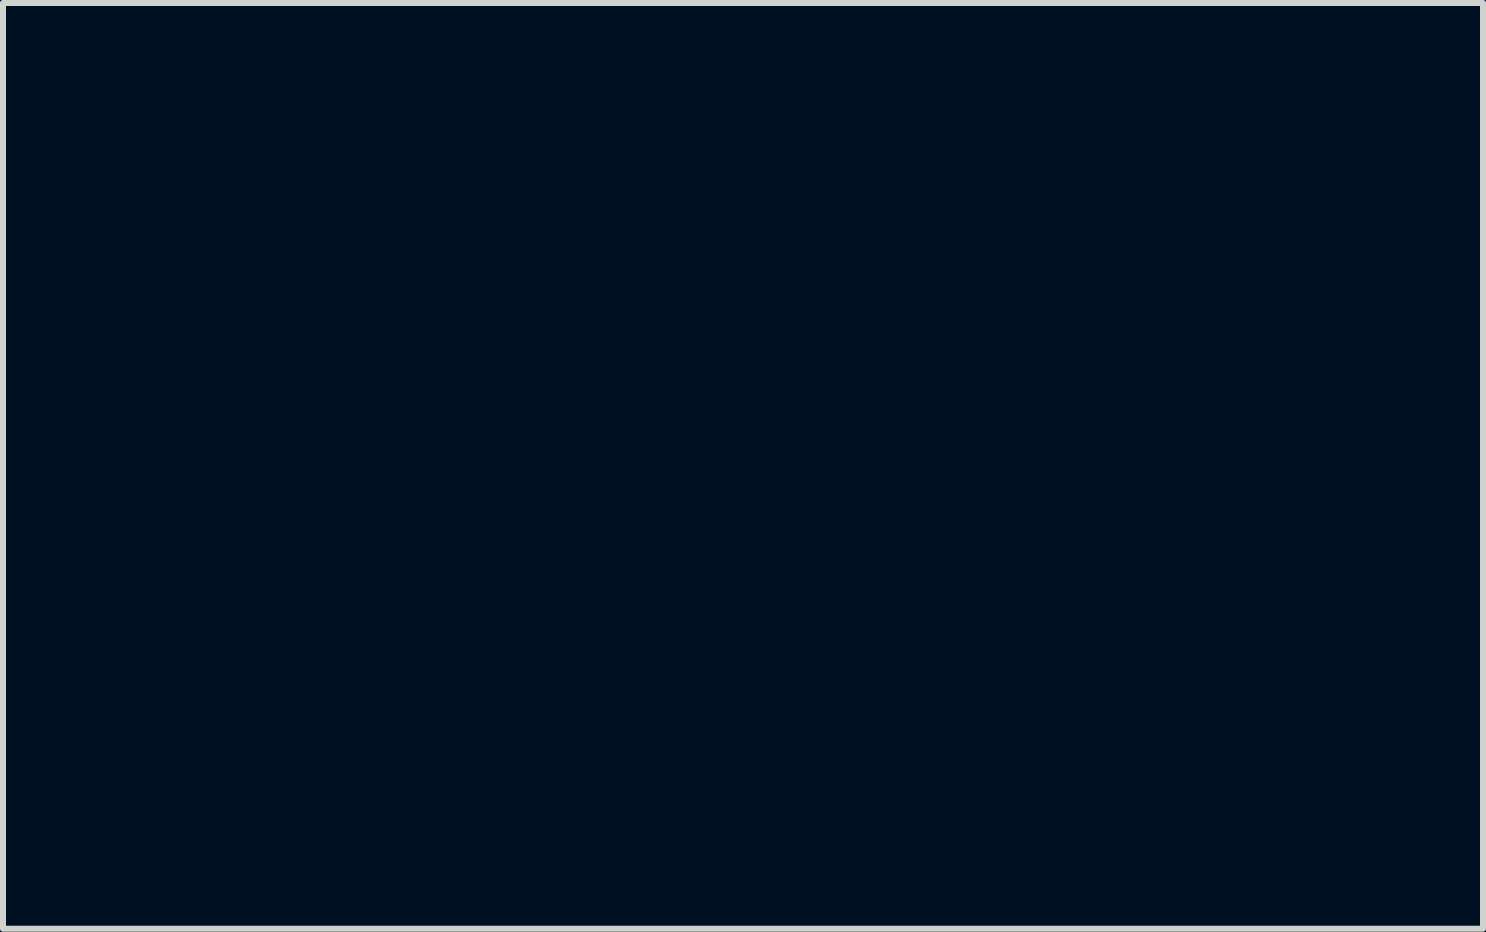
<source format=kicad_pcb>
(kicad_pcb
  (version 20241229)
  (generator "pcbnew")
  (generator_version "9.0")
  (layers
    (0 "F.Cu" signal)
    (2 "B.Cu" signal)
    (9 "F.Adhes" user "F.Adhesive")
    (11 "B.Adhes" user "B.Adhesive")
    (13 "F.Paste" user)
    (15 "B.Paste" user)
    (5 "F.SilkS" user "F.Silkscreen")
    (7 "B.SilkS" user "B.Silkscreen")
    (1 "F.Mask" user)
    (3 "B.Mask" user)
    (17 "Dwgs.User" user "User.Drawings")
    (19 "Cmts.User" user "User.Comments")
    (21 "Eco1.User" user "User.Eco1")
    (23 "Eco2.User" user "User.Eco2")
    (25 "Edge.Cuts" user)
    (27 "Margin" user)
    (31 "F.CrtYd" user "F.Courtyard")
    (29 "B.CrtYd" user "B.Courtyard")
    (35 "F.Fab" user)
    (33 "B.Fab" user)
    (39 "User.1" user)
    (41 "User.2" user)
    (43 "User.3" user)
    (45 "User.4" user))
  (footprint "skin_popn_stars"
    (layer "F.Cu")
    (at 9.333 6.498)
    (property "Reference" "skin_popn_stars" (at 0 -5.08 0) (layer "F.Mask") (effects (font (size 1.524 1.524) (thickness 0.3))))
    (attr through_hole)
    (fp_poly (pts (xy 0.696 -3.774) (xy 0.703 -3.772) (xy 0.711 -3.77) (xy 0.719 -3.766) (xy 0.738 -3.755) (xy 0.76 -3.74) (xy 0.785 -3.72) (xy 0.814 -3.696) (xy 0.847 -3.666) (xy 0.884 -3.631) (xy 0.925 -3.59) (xy 1.024 -3.492) (xy 1.303 -3.21) (xy 1.675 -3.273) (xy 1.751 -3.285) (xy 1.823 -3.296) (xy 1.889 -3.306) (xy 1.949 -3.314) (xy 2 -3.32) (xy 2.041 -3.324) (xy 2.057 -3.325) (xy 2.07 -3.325) (xy 2.08 -3.325) (xy 2.086 -3.324) (xy 2.1 -3.32) (xy 2.111 -3.315) (xy 2.12 -3.309) (xy 2.123 -3.305) (xy 2.126 -3.3) (xy 2.128 -3.295) (xy 2.13 -3.29) (xy 2.13 -3.276) (xy 2.128 -3.26) (xy 2.123 -3.239) (xy 2.115 -3.215) (xy 2.104 -3.187) (xy 2.089 -3.153) (xy 2.071 -3.115) (xy 2.024 -3.02) (xy 1.961 -2.899) (xy 1.776 -2.548) (xy 1.952 -2.208) (xy 1.988 -2.137) (xy 2.022 -2.071) (xy 2.051 -2.009) (xy 2.077 -1.955) (xy 2.097 -1.908) (xy 2.105 -1.888) (xy 2.112 -1.871) (xy 2.117 -1.856) (xy 2.121 -1.845) (xy 2.123 -1.836) (xy 2.123 -1.833) (xy 2.123 -1.83) (xy 2.121 -1.817) (xy 2.118 -1.805) (xy 2.113 -1.796) (xy 2.106 -1.788) (xy 2.096 -1.781) (xy 2.083 -1.777) (xy 2.067 -1.774) (xy 2.047 -1.773) (xy 2.022 -1.773) (xy 1.992 -1.776) (xy 1.956 -1.78) (xy 1.914 -1.785) (xy 1.81 -1.802) (xy 1.675 -1.825) (xy 1.291 -1.892) (xy 1.012 -1.606) (xy 0.955 -1.549) (xy 0.902 -1.496) (xy 0.852 -1.448) (xy 0.808 -1.406) (xy 0.771 -1.371) (xy 0.741 -1.345) (xy 0.73 -1.335) (xy 0.721 -1.328) (xy 0.714 -1.324) (xy 0.712 -1.323) (xy 0.71 -1.322) (xy 0.698 -1.323) (xy 0.688 -1.325) (xy 0.678 -1.329) (xy 0.669 -1.335) (xy 0.661 -1.344) (xy 0.653 -1.356) (xy 0.646 -1.372) (xy 0.638 -1.392) (xy 0.632 -1.416) (xy 0.625 -1.446) (xy 0.61 -1.522) (xy 0.594 -1.623) (xy 0.575 -1.753) (xy 0.536 -2.028) (xy 0.523 -2.112) (xy 0.519 -2.136) (xy 0.517 -2.142) (xy 0.516 -2.144) (xy 0.409 -2.199) (xy 0.155 -2.326) (xy -0.000368 -2.403) (xy -0.061 -2.435) (xy -0.111 -2.462) (xy -0.15 -2.487) (xy -0.165 -2.499) (xy -0.177 -2.51) (xy -0.187 -2.52) (xy -0.194 -2.53) (xy -0.198 -2.541) (xy -0.199 -2.551) (xy -0.199 -2.553) (xy 0.054 -2.553) (xy 0.336 -2.414) (xy 0.394 -2.386) (xy 0.448 -2.358) (xy 0.499 -2.331) (xy 0.544 -2.307) (xy 0.582 -2.285) (xy 0.613 -2.267) (xy 0.625 -2.259) (xy 0.634 -2.252) (xy 0.641 -2.247) (xy 0.645 -2.243) (xy 0.648 -2.238) (xy 0.652 -2.23) (xy 0.66 -2.208) (xy 0.668 -2.177) (xy 0.676 -2.138) (xy 0.686 -2.09) (xy 0.695 -2.034) (xy 0.705 -1.969) (xy 0.716 -1.897) (xy 0.724 -1.835) (xy 0.733 -1.777) (xy 0.741 -1.724) (xy 0.749 -1.678) (xy 0.756 -1.64) (xy 0.761 -1.611) (xy 0.764 -1.601) (xy 0.766 -1.593) (xy 0.767 -1.588) (xy 0.768 -1.587) (xy 0.769 -1.587) (xy 0.771 -1.588) (xy 0.775 -1.591) (xy 0.788 -1.604) (xy 0.808 -1.623) (xy 0.834 -1.649) (xy 0.9 -1.717) (xy 0.938 -1.757) (xy 0.978 -1.8) (xy 1.06 -1.885) (xy 1.097 -1.923) (xy 1.131 -1.957) (xy 1.161 -1.987) (xy 1.186 -2.011) (xy 1.196 -2.02) (xy 1.205 -2.028) (xy 1.212 -2.033) (xy 1.217 -2.037) (xy 1.223 -2.04) (xy 1.23 -2.043) (xy 1.237 -2.046) (xy 1.246 -2.048) (xy 1.257 -2.049) (xy 1.269 -2.049) (xy 1.284 -2.049) (xy 1.301 -2.047) (xy 1.344 -2.043) (xy 1.401 -2.034) (xy 1.474 -2.022) (xy 1.566 -2.007) (xy 1.629 -1.995) (xy 1.688 -1.985) (xy 1.743 -1.977) (xy 1.79 -1.97) (xy 1.83 -1.964) (xy 1.86 -1.961) (xy 1.88 -1.959) (xy 1.886 -1.959) (xy 1.889 -1.959) (xy 1.889 -1.961) (xy 1.887 -1.967) (xy 1.88 -1.984) (xy 1.868 -2.011) (xy 1.852 -2.046) (xy 1.809 -2.135) (xy 1.755 -2.241) (xy 1.726 -2.297) (xy 1.699 -2.35) (xy 1.674 -2.399) (xy 1.653 -2.444) (xy 1.636 -2.482) (xy 1.623 -2.513) (xy 1.618 -2.525) (xy 1.615 -2.536) (xy 1.612 -2.543) (xy 1.612 -2.548) (xy 1.612 -2.553) (xy 1.615 -2.561) (xy 1.623 -2.583) (xy 1.636 -2.614) (xy 1.654 -2.652) (xy 1.675 -2.697) (xy 1.7 -2.746) (xy 1.727 -2.798) (xy 1.756 -2.853) (xy 1.785 -2.908) (xy 1.812 -2.96) (xy 1.835 -3.007) (xy 1.855 -3.048) (xy 1.871 -3.082) (xy 1.883 -3.109) (xy 1.887 -3.119) (xy 1.889 -3.126) (xy 1.891 -3.131) (xy 1.891 -3.133) (xy 1.89 -3.134) (xy 1.888 -3.135) (xy 1.883 -3.135) (xy 1.864 -3.135) (xy 1.836 -3.132) (xy 1.799 -3.128) (xy 1.706 -3.115) (xy 1.594 -3.097) (xy 1.479 -3.079) (xy 1.38 -3.065) (xy 1.308 -3.055) (xy 1.284 -3.052) (xy 1.271 -3.051) (xy 1.266 -3.052) (xy 1.259 -3.055) (xy 1.251 -3.06) (xy 1.24 -3.067) (xy 1.214 -3.087) (xy 1.182 -3.114) (xy 1.144 -3.148) (xy 1.102 -3.188) (xy 1.054 -3.233) (xy 1.003 -3.284) (xy 0.966 -3.321) (xy 0.932 -3.354) (xy 0.903 -3.383) (xy 0.877 -3.408) (xy 0.866 -3.419) (xy 0.855 -3.429) (xy 0.845 -3.438) (xy 0.836 -3.447) (xy 0.828 -3.454) (xy 0.82 -3.461) (xy 0.813 -3.467) (xy 0.806 -3.472) (xy 0.8 -3.476) (xy 0.795 -3.48) (xy 0.79 -3.483) (xy 0.788 -3.484) (xy 0.786 -3.486) (xy 0.784 -3.487) (xy 0.782 -3.487) (xy 0.78 -3.488) (xy 0.779 -3.489) (xy 0.777 -3.489) (xy 0.776 -3.489) (xy 0.774 -3.489) (xy 0.773 -3.489) (xy 0.772 -3.489) (xy 0.771 -3.489) (xy 0.77 -3.488) (xy 0.769 -3.488) (xy 0.768 -3.487) (xy 0.767 -3.486) (xy 0.766 -3.485) (xy 0.766 -3.484) (xy 0.765 -3.483) (xy 0.764 -3.482) (xy 0.763 -3.479) (xy 0.762 -3.476) (xy 0.762 -3.472) (xy 0.755 -3.436) (xy 0.744 -3.368) (xy 0.73 -3.277) (xy 0.716 -3.174) (xy 0.708 -3.122) (xy 0.7 -3.072) (xy 0.693 -3.025) (xy 0.685 -2.982) (xy 0.678 -2.945) (xy 0.672 -2.915) (xy 0.667 -2.893) (xy 0.665 -2.885) (xy 0.663 -2.88) (xy 0.66 -2.874) (xy 0.655 -2.868) (xy 0.648 -2.862) (xy 0.638 -2.854) (xy 0.613 -2.837) (xy 0.579 -2.816) (xy 0.536 -2.792) (xy 0.484 -2.764) (xy 0.422 -2.733) (xy 0.351 -2.698) (xy 0.054 -2.553) (xy -0.199 -2.553) (xy -0.198 -2.561) (xy -0.193 -2.571) (xy -0.186 -2.581) (xy -0.176 -2.592) (xy -0.164 -2.603) (xy -0.148 -2.615) (xy -0.109 -2.64) (xy -0.058 -2.668) (xy 0.003 -2.7) (xy 0.16 -2.779) (xy 0.209 -2.804) (xy 0.254 -2.827) (xy 0.294 -2.849) (xy 0.331 -2.868) (xy 0.364 -2.886) (xy 0.393 -2.902) (xy 0.419 -2.917) (xy 0.441 -2.93) (xy 0.461 -2.942) (xy 0.477 -2.953) (xy 0.491 -2.963) (xy 0.497 -2.967) (xy 0.502 -2.971) (xy 0.507 -2.976) (xy 0.511 -2.98) (xy 0.515 -2.983) (xy 0.518 -2.987) (xy 0.52 -2.99) (xy 0.522 -2.994) (xy 0.524 -2.997) (xy 0.525 -3) (xy 0.529 -3.015) (xy 0.534 -3.042) (xy 0.548 -3.125) (xy 0.565 -3.238) (xy 0.583 -3.368) (xy 0.593 -3.435) (xy 0.602 -3.498) (xy 0.611 -3.557) (xy 0.62 -3.611) (xy 0.628 -3.657) (xy 0.635 -3.694) (xy 0.641 -3.72) (xy 0.643 -3.729) (xy 0.645 -3.735) (xy 0.652 -3.749) (xy 0.66 -3.761) (xy 0.664 -3.765) (xy 0.668 -3.769) (xy 0.673 -3.772) (xy 0.678 -3.774) (xy 0.684 -3.775) (xy 0.69 -3.775)) (stroke (width 0.01) (type solid)) (fill yes) (layer "F.Mask"))
    (fp_poly (pts (xy -1.727 -3.526) (xy -1.723 -3.526) (xy -1.72 -3.525) (xy -1.717 -3.524) (xy -1.714 -3.523) (xy -1.711 -3.522) (xy -1.708 -3.521) (xy -1.705 -3.519) (xy -1.702 -3.517) (xy -1.698 -3.515) (xy -1.695 -3.512) (xy -1.692 -3.51) (xy -1.689 -3.507) (xy -1.686 -3.504) (xy -1.683 -3.501) (xy -1.68 -3.497) (xy -1.67 -3.478) (xy -1.652 -3.435) (xy -1.595 -3.29) (xy -1.518 -3.084) (xy -1.429 -2.837) (xy -1.203 -2.211) (xy -0.549 -2.038) (xy -0.292 -1.97) (xy -0.079 -1.911) (xy 0.005 -1.888) (xy 0.07 -1.869) (xy 0.112 -1.855) (xy 0.124 -1.851) (xy 0.13 -1.848) (xy 0.141 -1.838) (xy 0.148 -1.828) (xy 0.153 -1.817) (xy 0.153 -1.805) (xy 0.149 -1.791) (xy 0.139 -1.775) (xy 0.123 -1.756) (xy 0.102 -1.733) (xy 0.073 -1.705) (xy 0.036 -1.673) (xy -0.061 -1.593) (xy -0.196 -1.486) (xy -0.373 -1.349) (xy -0.918 -0.925) (xy -0.921 -0.921) (xy -0.923 -0.914) (xy -0.927 -0.887) (xy -0.928 -0.843) (xy -0.928 -0.777) (xy -0.919 -0.567) (xy -0.902 -0.23) (xy -0.894 -0.104) (xy -0.888 0.007) (xy -0.883 0.103) (xy -0.879 0.187) (xy -0.877 0.224) (xy -0.876 0.258) (xy -0.875 0.29) (xy -0.874 0.318) (xy -0.874 0.345) (xy -0.874 0.368) (xy -0.875 0.39) (xy -0.875 0.409) (xy -0.876 0.426) (xy -0.878 0.441) (xy -0.88 0.454) (xy -0.881 0.46) (xy -0.882 0.466) (xy -0.883 0.471) (xy -0.884 0.475) (xy -0.886 0.48) (xy -0.887 0.484) (xy -0.889 0.487) (xy -0.891 0.491) (xy -0.892 0.494) (xy -0.894 0.497) (xy -0.896 0.499) (xy -0.899 0.501) (xy -0.901 0.503) (xy -0.903 0.505) (xy -0.905 0.506) (xy -0.908 0.508) (xy -0.911 0.509) (xy -0.913 0.51) (xy -0.916 0.51) (xy -0.919 0.511) (xy -0.925 0.512) (xy -0.932 0.512) (xy -0.939 0.512) (xy -0.943 0.511) (xy -0.951 0.508) (xy -0.974 0.496) (xy -1.007 0.477) (xy -1.048 0.452) (xy -1.096 0.422) (xy -1.149 0.387) (xy -1.208 0.349) (xy -1.269 0.308) (xy -1.523 0.134) (xy -1.627 0.063) (xy -1.719 0.001) (xy -1.797 -0.052) (xy -1.865 -0.097) (xy -1.922 -0.134) (xy -1.969 -0.165) (xy -1.989 -0.178) (xy -2.008 -0.189) (xy -2.025 -0.199) (xy -2.039 -0.208) (xy -2.053 -0.215) (xy -2.065 -0.221) (xy -2.075 -0.227) (xy -2.084 -0.231) (xy -2.092 -0.234) (xy -2.1 -0.236) (xy -2.106 -0.238) (xy -2.112 -0.239) (xy -2.117 -0.239) (xy -2.121 -0.239) (xy -2.125 -0.238) (xy -2.13 -0.237) (xy -2.329 -0.162) (xy -2.756 0.002) (xy -2.987 0.091) (xy -3.18 0.163) (xy -3.257 0.191) (xy -3.316 0.212) (xy -3.356 0.225) (xy -3.369 0.229) (xy -3.375 0.23) (xy -3.378 0.23) (xy -3.382 0.23) (xy -3.386 0.229) (xy -3.389 0.228) (xy -3.393 0.228) (xy -3.396 0.227) (xy -3.399 0.225) (xy -3.402 0.224) (xy -3.406 0.223) (xy -3.409 0.221) (xy -3.412 0.219) (xy -3.415 0.217) (xy -3.418 0.215) (xy -3.42 0.213) (xy -3.423 0.211) (xy -3.426 0.208) (xy -3.428 0.206) (xy -3.43 0.203) (xy -3.432 0.2) (xy -3.434 0.198) (xy -3.436 0.195) (xy -3.438 0.192) (xy -3.44 0.188) (xy -3.441 0.185) (xy -3.443 0.182) (xy -3.444 0.179) (xy -3.445 0.175) (xy -3.446 0.172) (xy -3.446 0.168) (xy -3.447 0.165) (xy -3.447 0.161) (xy -3.447 0.158) (xy -3.443 0.139) (xy -3.433 0.096) (xy -3.393 -0.05) (xy -3.334 -0.26) (xy -3.262 -0.511) (xy -3.075 -1.149) (xy -3.117 -1.204) (xy -3.263 -1.384) (xy -3.551 -1.737) (xy -3.629 -1.833) (xy -3.702 -1.924) (xy -3.768 -2.007) (xy -3.826 -2.082) (xy -3.874 -2.145) (xy -3.885 -2.16) (xy -3.692 -2.16) (xy -3.331 -1.719) (xy -3.257 -1.63) (xy -3.188 -1.544) (xy -3.123 -1.463) (xy -3.066 -1.391) (xy -3.017 -1.328) (xy -2.979 -1.277) (xy -2.952 -1.241) (xy -2.944 -1.228) (xy -2.939 -1.22) (xy -2.928 -1.197) (xy -2.925 -1.185) (xy -2.922 -1.172) (xy -2.922 -1.155) (xy -2.924 -1.135) (xy -2.934 -1.077) (xy -2.957 -0.987) (xy -2.994 -0.855) (xy -3.119 -0.428) (xy -3.169 -0.255) (xy -3.209 -0.113) (xy -3.235 -0.017) (xy -3.241 0.009) (xy -3.242 0.016) (xy -3.243 0.018) (xy -3.078 -0.044) (xy -2.692 -0.193) (xy -2.582 -0.236) (xy -2.476 -0.276) (xy -2.378 -0.312) (xy -2.291 -0.343) (xy -2.216 -0.369) (xy -2.156 -0.388) (xy -2.113 -0.401) (xy -2.099 -0.404) (xy -2.091 -0.405) (xy -2.081 -0.404) (xy -2.07 -0.402) (xy -2.056 -0.397) (xy -2.04 -0.39) (xy -1.999 -0.369) (xy -1.944 -0.337) (xy -1.873 -0.293) (xy -1.784 -0.234) (xy -1.673 -0.16) (xy -1.539 -0.068) (xy -1.346 0.061) (xy -1.188 0.167) (xy -1.126 0.207) (xy -1.079 0.237) (xy -1.049 0.256) (xy -1.041 0.261) (xy -1.038 0.262) (xy -1.037 0.248) (xy -1.038 0.213) (xy -1.044 0.084) (xy -1.066 -0.334) (xy -1.091 -0.761) (xy -1.098 -0.897) (xy -1.101 -0.955) (xy -1.099 -0.96) (xy -1.092 -0.969) (xy -1.066 -0.995) (xy -1.023 -1.032) (xy -0.966 -1.081) (xy -0.81 -1.208) (xy -0.607 -1.368) (xy -0.416 -1.517) (xy -0.26 -1.639) (xy -0.155 -1.723) (xy -0.126 -1.746) (xy -0.119 -1.752) (xy -0.117 -1.754) (xy -0.164 -1.769) (xy -0.289 -1.803) (xy -0.695 -1.911) (xy -0.865 -1.957) (xy -0.936 -1.976) (xy -0.999 -1.993) (xy -1.054 -2.009) (xy -1.102 -2.022) (xy -1.144 -2.035) (xy -1.179 -2.046) (xy -1.209 -2.056) (xy -1.233 -2.065) (xy -1.244 -2.069) (xy -1.254 -2.073) (xy -1.263 -2.077) (xy -1.271 -2.081) (xy -1.278 -2.085) (xy -1.285 -2.089) (xy -1.291 -2.093) (xy -1.296 -2.097) (xy -1.301 -2.101) (xy -1.305 -2.104) (xy -1.309 -2.108) (xy -1.313 -2.112) (xy -1.319 -2.12) (xy -1.326 -2.132) (xy -1.344 -2.168) (xy -1.367 -2.219) (xy -1.394 -2.286) (xy -1.426 -2.367) (xy -1.463 -2.464) (xy -1.551 -2.703) (xy -1.59 -2.812) (xy -1.627 -2.914) (xy -1.661 -3.006) (xy -1.691 -3.086) (xy -1.716 -3.152) (xy -1.736 -3.202) (xy -1.75 -3.234) (xy -1.754 -3.242) (xy -1.756 -3.245) (xy -1.764 -3.235) (xy -1.783 -3.208) (xy -1.849 -3.109) (xy -1.945 -2.962) (xy -2.061 -2.783) (xy -2.122 -2.688) (xy -2.181 -2.598) (xy -2.237 -2.514) (xy -2.288 -2.439) (xy -2.332 -2.374) (xy -2.37 -2.322) (xy -2.398 -2.285) (xy -2.408 -2.272) (xy -2.415 -2.264) (xy -2.437 -2.243) (xy -2.448 -2.235) (xy -2.462 -2.228) (xy -2.479 -2.221) (xy -2.501 -2.216) (xy -2.567 -2.206) (xy -2.67 -2.199) (xy -2.822 -2.191) (xy -3.318 -2.172) (xy -3.692 -2.16) (xy -3.885 -2.16) (xy -3.91 -2.194) (xy -3.923 -2.213) (xy -3.933 -2.227) (xy -3.939 -2.238) (xy -3.941 -2.241) (xy -3.941 -2.243) (xy -3.94 -2.256) (xy -3.938 -2.267) (xy -3.932 -2.277) (xy -3.924 -2.286) (xy -3.912 -2.293) (xy -3.896 -2.3) (xy -3.875 -2.306) (xy -3.849 -2.311) (xy -3.816 -2.316) (xy -3.778 -2.32) (xy -3.678 -2.326) (xy -3.546 -2.331) (xy -3.377 -2.335) (xy -2.979 -2.346) (xy -2.815 -2.352) (xy -2.705 -2.358) (xy -2.519 -2.368) (xy -2.167 -2.917) (xy -2.028 -3.132) (xy -1.91 -3.313) (xy -1.862 -3.385) (xy -1.824 -3.441) (xy -1.797 -3.478) (xy -1.789 -3.49) (xy -1.784 -3.495) (xy -1.78 -3.499) (xy -1.777 -3.503) (xy -1.773 -3.506) (xy -1.77 -3.509) (xy -1.766 -3.511) (xy -1.763 -3.514) (xy -1.759 -3.516) (xy -1.756 -3.518) (xy -1.753 -3.52) (xy -1.749 -3.522) (xy -1.746 -3.523) (xy -1.743 -3.524) (xy -1.739 -3.525) (xy -1.736 -3.525) (xy -1.733 -3.526) (xy -1.73 -3.526)) (stroke (width 0.01) (type solid)) (fill yes) (layer "F.Mask"))
    (fp_poly (pts (xy 1.641 -1.48) (xy 1.644 -1.48) (xy 1.647 -1.48) (xy 1.65 -1.479) (xy 1.652 -1.478) (xy 1.655 -1.477) (xy 1.658 -1.476) (xy 1.661 -1.475) (xy 1.663 -1.473) (xy 1.666 -1.472) (xy 1.669 -1.47) (xy 1.672 -1.468) (xy 1.675 -1.465) (xy 1.678 -1.463) (xy 1.681 -1.46) (xy 1.683 -1.457) (xy 1.689 -1.451) (xy 1.702 -1.432) (xy 1.726 -1.391) (xy 1.806 -1.25) (xy 1.916 -1.05) (xy 2.046 -0.811) (xy 2.175 -0.573) (xy 2.283 -0.376) (xy 2.358 -0.241) (xy 2.38 -0.203) (xy 2.39 -0.188) (xy 2.407 -0.183) (xy 2.451 -0.176) (xy 2.607 -0.154) (xy 2.834 -0.127) (xy 3.109 -0.096) (xy 3.384 -0.065) (xy 3.614 -0.038) (xy 3.775 -0.018) (xy 3.821 -0.012) (xy 3.841 -0.008) (xy 3.845 -0.007) (xy 3.849 -0.005) (xy 3.852 -0.003) (xy 3.856 -0.000286) (xy 3.859 0.002) (xy 3.862 0.005) (xy 3.865 0.008) (xy 3.867 0.011) (xy 3.87 0.014) (xy 3.872 0.018) (xy 3.874 0.021) (xy 3.876 0.025) (xy 3.878 0.028) (xy 3.879 0.032) (xy 3.881 0.036) (xy 3.882 0.04) (xy 3.883 0.044) (xy 3.883 0.048) (xy 3.884 0.052) (xy 3.884 0.056) (xy 3.884 0.061) (xy 3.884 0.065) (xy 3.884 0.069) (xy 3.883 0.073) (xy 3.882 0.077) (xy 3.881 0.081) (xy 3.88 0.085) (xy 3.878 0.089) (xy 3.876 0.092) (xy 3.874 0.096) (xy 3.872 0.1) (xy 3.869 0.103) (xy 3.823 0.154) (xy 3.714 0.27) (xy 3.37 0.632) (xy 3.185 0.828) (xy 3.104 0.916) (xy 3.033 0.993) (xy 2.974 1.058) (xy 2.929 1.108) (xy 2.9 1.142) (xy 2.892 1.153) (xy 2.889 1.158) (xy 2.89 1.177) (xy 2.898 1.223) (xy 2.927 1.38) (xy 2.972 1.608) (xy 3.028 1.881) (xy 3.055 2.009) (xy 3.078 2.121) (xy 3.098 2.219) (xy 3.115 2.304) (xy 3.122 2.342) (xy 3.129 2.376) (xy 3.135 2.408) (xy 3.14 2.437) (xy 3.144 2.464) (xy 3.148 2.488) (xy 3.15 2.51) (xy 3.153 2.529) (xy 3.154 2.547) (xy 3.155 2.562) (xy 3.155 2.576) (xy 3.155 2.582) (xy 3.155 2.588) (xy 3.154 2.593) (xy 3.154 2.598) (xy 3.153 2.603) (xy 3.152 2.607) (xy 3.151 2.611) (xy 3.15 2.614) (xy 3.148 2.618) (xy 3.147 2.621) (xy 3.145 2.623) (xy 3.143 2.626) (xy 3.142 2.628) (xy 3.139 2.63) (xy 3.137 2.632) (xy 3.135 2.634) (xy 3.132 2.635) (xy 3.13 2.636) (xy 3.127 2.638) (xy 3.124 2.639) (xy 3.118 2.64) (xy 3.111 2.642) (xy 3.104 2.643) (xy 3.097 2.642) (xy 3.085 2.639) (xy 3.045 2.624) (xy 2.986 2.599) (xy 2.911 2.566) (xy 2.722 2.48) (xy 2.497 2.373) (xy 2.068 2.168) (xy 1.918 2.098) (xy 1.841 2.063) (xy 1.76 2.026) (xy 1.158 2.371) (xy 0.922 2.507) (xy 0.721 2.622) (xy 0.578 2.702) (xy 0.513 2.738) (xy 0.506 2.741) (xy 0.499 2.744) (xy 0.493 2.746) (xy 0.491 2.747) (xy 0.488 2.748) (xy 0.485 2.748) (xy 0.483 2.749) (xy 0.48 2.749) (xy 0.478 2.749) (xy 0.476 2.75) (xy 0.474 2.749) (xy 0.471 2.749) (xy 0.469 2.749) (xy 0.467 2.749) (xy 0.465 2.748) (xy 0.463 2.747) (xy 0.461 2.746) (xy 0.459 2.745) (xy 0.457 2.744) (xy 0.454 2.743) (xy 0.452 2.741) (xy 0.45 2.74) (xy 0.448 2.738) (xy 0.446 2.736) (xy 0.443 2.734) (xy 0.439 2.729) (xy 0.433 2.724) (xy 0.423 2.711) (xy 0.419 2.703) (xy 0.416 2.692) (xy 0.414 2.678) (xy 0.413 2.658) (xy 0.416 2.602) (xy 0.425 2.513) (xy 0.441 2.384) (xy 0.495 1.971) (xy 0.533 1.69) (xy 0.562 1.457) (xy 0.572 1.366) (xy 0.58 1.297) (xy 0.583 1.252) (xy 0.584 1.239) (xy 0.583 1.234) (xy 0.536 1.189) (xy 0.418 1.079) (xy 0.035 0.731) (xy -0.073 0.633) (xy -0.173 0.541) (xy -0.264 0.456) (xy -0.344 0.382) (xy -0.409 0.319) (xy -0.459 0.27) (xy -0.464 0.265) (xy -0.208 0.265) (xy -0.207 0.27) (xy -0.203 0.278) (xy -0.195 0.289) (xy -0.168 0.32) (xy -0.124 0.365) (xy -0.062 0.425) (xy 0.02 0.502) (xy 0.25 0.711) (xy 0.358 0.81) (xy 0.454 0.898) (xy 0.538 0.976) (xy 0.608 1.044) (xy 0.664 1.1) (xy 0.687 1.123) (xy 0.706 1.144) (xy 0.722 1.161) (xy 0.733 1.174) (xy 0.74 1.185) (xy 0.743 1.188) (xy 0.744 1.191) (xy 0.744 1.213) (xy 0.741 1.258) (xy 0.727 1.407) (xy 0.703 1.615) (xy 0.672 1.862) (xy 0.639 2.105) (xy 0.614 2.307) (xy 0.605 2.385) (xy 0.599 2.444) (xy 0.595 2.482) (xy 0.595 2.493) (xy 0.596 2.497) (xy 0.6 2.496) (xy 0.609 2.492) (xy 0.644 2.474) (xy 0.769 2.407) (xy 0.952 2.305) (xy 1.174 2.179) (xy 1.397 2.052) (xy 1.582 1.948) (xy 1.655 1.909) (xy 1.712 1.878) (xy 1.749 1.859) (xy 1.76 1.854) (xy 1.765 1.853) (xy 1.768 1.853) (xy 1.773 1.855) (xy 1.787 1.86) (xy 1.808 1.868) (xy 1.834 1.879) (xy 1.864 1.893) (xy 1.897 1.908) (xy 1.933 1.925) (xy 1.97 1.943) (xy 2.313 2.109) (xy 2.634 2.261) (xy 2.872 2.371) (xy 2.942 2.401) (xy 2.961 2.408) (xy 2.968 2.41) (xy 2.967 2.396) (xy 2.96 2.357) (xy 2.934 2.219) (xy 2.843 1.768) (xy 2.791 1.52) (xy 2.748 1.315) (xy 2.719 1.173) (xy 2.712 1.132) (xy 2.709 1.115) (xy 2.711 1.111) (xy 2.718 1.102) (xy 2.745 1.07) (xy 2.844 0.961) (xy 2.989 0.804) (xy 3.167 0.614) (xy 3.292 0.483) (xy 3.345 0.427) (xy 3.393 0.377) (xy 3.434 0.332) (xy 3.471 0.292) (xy 3.502 0.257) (xy 3.529 0.227) (xy 3.551 0.202) (xy 3.568 0.18) (xy 3.575 0.171) (xy 3.582 0.162) (xy 3.587 0.155) (xy 3.591 0.148) (xy 3.595 0.142) (xy 3.597 0.137) (xy 3.599 0.133) (xy 3.6 0.129) (xy 3.6 0.126) (xy 3.599 0.124) (xy 3.599 0.123) (xy 3.598 0.122) (xy 3.596 0.121) (xy 3.536 0.112) (xy 3.395 0.095) (xy 2.956 0.047) (xy 2.786 0.028) (xy 2.649 0.013) (xy 2.54 0) (xy 2.495 -0.006) (xy 2.456 -0.011) (xy 2.423 -0.016) (xy 2.394 -0.021) (xy 2.37 -0.026) (xy 2.35 -0.031) (xy 2.334 -0.036) (xy 2.321 -0.04) (xy 2.316 -0.043) (xy 2.311 -0.045) (xy 2.307 -0.048) (xy 2.303 -0.051) (xy 2.297 -0.057) (xy 2.288 -0.068) (xy 2.263 -0.104) (xy 2.23 -0.158) (xy 2.188 -0.229) (xy 2.084 -0.411) (xy 1.959 -0.64) (xy 1.899 -0.752) (xy 1.842 -0.856) (xy 1.744 -1.034) (xy 1.706 -1.102) (xy 1.676 -1.154) (xy 1.657 -1.187) (xy 1.651 -1.196) (xy 1.649 -1.199) (xy 1.641 -1.187) (xy 1.624 -1.153) (xy 1.564 -1.027) (xy 1.478 -0.842) (xy 1.375 -0.615) (xy 1.31 -0.47) (xy 1.253 -0.346) (xy 1.204 -0.243) (xy 1.164 -0.159) (xy 1.146 -0.124) (xy 1.13 -0.093) (xy 1.116 -0.067) (xy 1.103 -0.045) (xy 1.093 -0.027) (xy 1.083 -0.014) (xy 1.075 -0.004) (xy 1.072 -0.000196) (xy 1.068 0.002) (xy 1.061 0.007) (xy 1.049 0.012) (xy 1.014 0.023) (xy 0.961 0.037) (xy 0.891 0.053) (xy 0.697 0.092) (xy 0.425 0.142) (xy 0.19 0.185) (xy -0.007 0.222) (xy -0.146 0.248) (xy -0.187 0.257) (xy -0.205 0.262) (xy -0.207 0.263) (xy -0.208 0.265) (xy -0.464 0.265) (xy -0.477 0.252) (xy -0.49 0.237) (xy -0.499 0.228) (xy -0.501 0.225) (xy -0.501 0.223) (xy -0.501 0.211) (xy -0.498 0.199) (xy -0.493 0.189) (xy -0.484 0.18) (xy -0.471 0.17) (xy -0.453 0.161) (xy -0.428 0.152) (xy -0.396 0.142) (xy -0.307 0.12) (xy -0.18 0.093) (xy 0.22 0.018) (xy 0.711 -0.073) (xy 0.869 -0.102) (xy 0.938 -0.116) (xy 0.946 -0.119) (xy 0.955 -0.124) (xy 0.964 -0.133) (xy 0.974 -0.145) (xy 1 -0.188) (xy 1.037 -0.258) (xy 1.087 -0.364) (xy 1.155 -0.513) (xy 1.359 -0.969) (xy 1.402 -1.064) (xy 1.443 -1.153) (xy 1.48 -1.235) (xy 1.515 -1.307) (xy 1.544 -1.367) (xy 1.568 -1.414) (xy 1.578 -1.432) (xy 1.586 -1.446) (xy 1.592 -1.455) (xy 1.596 -1.46) (xy 1.599 -1.463) (xy 1.602 -1.465) (xy 1.606 -1.467) (xy 1.609 -1.47) (xy 1.612 -1.471) (xy 1.615 -1.473) (xy 1.618 -1.475) (xy 1.621 -1.476) (xy 1.624 -1.477) (xy 1.627 -1.478) (xy 1.63 -1.479) (xy 1.633 -1.48) (xy 1.635 -1.48) (xy 1.638 -1.48)) (stroke (width 0.01) (type solid)) (fill yes) (layer "F.Mask"))
    (fp_poly (pts (xy -2.076 0.531) (xy -2.069 0.534) (xy -2.045 0.547) (xy -2.01 0.567) (xy -1.966 0.593) (xy -1.856 0.662) (xy -1.726 0.747) (xy -1.394 0.964) (xy -1.025 0.814) (xy -0.957 0.786) (xy -0.896 0.762) (xy -0.843 0.741) (xy -0.819 0.732) (xy -0.797 0.724) (xy -0.776 0.716) (xy -0.756 0.709) (xy -0.739 0.703) (xy -0.722 0.698) (xy -0.707 0.694) (xy -0.693 0.69) (xy -0.68 0.687) (xy -0.669 0.685) (xy -0.659 0.683) (xy -0.649 0.682) (xy -0.641 0.682) (xy -0.637 0.682) (xy -0.633 0.683) (xy -0.63 0.683) (xy -0.627 0.684) (xy -0.624 0.685) (xy -0.621 0.686) (xy -0.618 0.687) (xy -0.616 0.688) (xy -0.614 0.69) (xy -0.612 0.691) (xy -0.61 0.693) (xy -0.608 0.695) (xy -0.606 0.697) (xy -0.605 0.699) (xy -0.602 0.704) (xy -0.599 0.71) (xy -0.597 0.716) (xy -0.596 0.723) (xy -0.594 0.73) (xy -0.593 0.738) (xy -0.593 0.744) (xy -0.594 0.753) (xy -0.599 0.781) (xy -0.607 0.821) (xy -0.618 0.872) (xy -0.648 0.995) (xy -0.687 1.14) (xy -0.715 1.246) (xy -0.727 1.291) (xy -0.737 1.33) (xy -0.746 1.365) (xy -0.753 1.396) (xy -0.759 1.422) (xy -0.763 1.445) (xy -0.765 1.455) (xy -0.767 1.464) (xy -0.768 1.472) (xy -0.769 1.48) (xy -0.77 1.487) (xy -0.77 1.494) (xy -0.77 1.5) (xy -0.77 1.505) (xy -0.77 1.51) (xy -0.769 1.514) (xy -0.768 1.518) (xy -0.767 1.522) (xy -0.766 1.525) (xy -0.764 1.528) (xy -0.763 1.531) (xy -0.761 1.533) (xy -0.544 1.791) (xy -0.496 1.848) (xy -0.453 1.898) (xy -0.417 1.942) (xy -0.385 1.98) (xy -0.371 1.997) (xy -0.359 2.012) (xy -0.347 2.027) (xy -0.337 2.04) (xy -0.327 2.052) (xy -0.319 2.064) (xy -0.311 2.074) (xy -0.305 2.084) (xy -0.299 2.092) (xy -0.294 2.1) (xy -0.29 2.107) (xy -0.287 2.114) (xy -0.284 2.12) (xy -0.282 2.126) (xy -0.281 2.128) (xy -0.281 2.131) (xy -0.28 2.133) (xy -0.28 2.136) (xy -0.28 2.138) (xy -0.28 2.14) (xy -0.28 2.142) (xy -0.28 2.144) (xy -0.28 2.148) (xy -0.281 2.152) (xy -0.282 2.156) (xy -0.284 2.16) (xy -0.286 2.164) (xy -0.288 2.168) (xy -0.293 2.176) (xy -0.297 2.183) (xy -0.304 2.195) (xy -0.307 2.2) (xy -0.309 2.202) (xy -0.31 2.204) (xy -0.311 2.205) (xy -0.312 2.206) (xy -0.312 2.207) (xy -0.313 2.207) (xy -0.313 2.207) (xy -0.345 2.21) (xy -0.432 2.215) (xy -0.713 2.23) (xy -1.11 2.25) (xy -1.306 2.564) (xy -1.346 2.627) (xy -1.384 2.688) (xy -1.42 2.744) (xy -1.452 2.794) (xy -1.48 2.836) (xy -1.503 2.87) (xy -1.52 2.894) (xy -1.526 2.901) (xy -1.53 2.906) (xy -1.533 2.909) (xy -1.537 2.912) (xy -1.54 2.914) (xy -1.544 2.917) (xy -1.548 2.919) (xy -1.552 2.92) (xy -1.557 2.922) (xy -1.561 2.923) (xy -1.566 2.924) (xy -1.57 2.924) (xy -1.575 2.925) (xy -1.58 2.925) (xy -1.585 2.924) (xy -1.59 2.924) (xy -1.595 2.923) (xy -1.6 2.922) (xy -1.607 2.92) (xy -1.614 2.916) (xy -1.621 2.911) (xy -1.628 2.904) (xy -1.635 2.895) (xy -1.643 2.883) (xy -1.651 2.869) (xy -1.66 2.85) (xy -1.681 2.803) (xy -1.708 2.737) (xy -1.741 2.652) (xy -1.782 2.542) (xy -1.92 2.172) (xy -2.292 2.08) (xy -2.359 2.063) (xy -2.419 2.048) (xy -2.473 2.034) (xy -2.52 2.021) (xy -2.542 2.015) (xy -2.562 2.009) (xy -2.581 2.003) (xy -2.598 1.997) (xy -2.614 1.992) (xy -2.628 1.987) (xy -2.642 1.981) (xy -2.654 1.976) (xy -2.665 1.971) (xy -2.675 1.967) (xy -2.683 1.962) (xy -2.691 1.957) (xy -2.698 1.952) (xy -2.704 1.947) (xy -2.709 1.943) (xy -2.712 1.938) (xy -2.714 1.935) (xy -2.716 1.933) (xy -2.717 1.93) (xy -2.718 1.928) (xy -2.719 1.925) (xy -2.719 1.923) (xy -2.72 1.917) (xy -2.72 1.912) (xy -2.72 1.907) (xy -2.719 1.901) (xy -2.717 1.895) (xy -2.714 1.89) (xy -2.709 1.883) (xy -2.703 1.877) (xy -2.44 1.877) (xy -2.439 1.878) (xy -2.438 1.879) (xy -2.428 1.883) (xy -2.407 1.888) (xy -2.337 1.906) (xy -2.24 1.93) (xy -2.126 1.957) (xy -2.06 1.974) (xy -2 1.989) (xy -1.948 2.004) (xy -1.925 2.011) (xy -1.904 2.018) (xy -1.884 2.024) (xy -1.867 2.03) (xy -1.851 2.036) (xy -1.838 2.041) (xy -1.827 2.046) (xy -1.818 2.051) (xy -1.811 2.055) (xy -1.809 2.057) (xy -1.807 2.059) (xy -1.803 2.064) (xy -1.799 2.071) (xy -1.787 2.094) (xy -1.773 2.126) (xy -1.756 2.166) (xy -1.736 2.212) (xy -1.716 2.263) (xy -1.673 2.377) (xy -1.652 2.435) (xy -1.632 2.488) (xy -1.614 2.537) (xy -1.597 2.58) (xy -1.583 2.615) (xy -1.572 2.641) (xy -1.567 2.65) (xy -1.564 2.657) (xy -1.561 2.661) (xy -1.56 2.662) (xy -1.56 2.662) (xy -1.558 2.661) (xy -1.554 2.657) (xy -1.543 2.64) (xy -1.503 2.58) (xy -1.446 2.491) (xy -1.378 2.382) (xy -1.207 2.101) (xy -1.114 2.093) (xy -1.059 2.088) (xy -0.979 2.083) (xy -0.883 2.078) (xy -0.784 2.073) (xy -0.736 2.071) (xy -0.691 2.069) (xy -0.65 2.066) (xy -0.614 2.064) (xy -0.584 2.061) (xy -0.561 2.059) (xy -0.546 2.057) (xy -0.542 2.056) (xy -0.54 2.056) (xy -0.54 2.055) (xy -0.54 2.054) (xy -0.542 2.05) (xy -0.552 2.035) (xy -0.569 2.013) (xy -0.591 1.984) (xy -0.619 1.95) (xy -0.651 1.911) (xy -0.725 1.823) (xy -0.765 1.776) (xy -0.803 1.732) (xy -0.837 1.69) (xy -0.869 1.652) (xy -0.895 1.619) (xy -0.916 1.592) (xy -0.931 1.572) (xy -0.936 1.565) (xy -0.939 1.56) (xy -0.941 1.554) (xy -0.943 1.547) (xy -0.944 1.539) (xy -0.945 1.529) (xy -0.944 1.517) (xy -0.943 1.503) (xy -0.937 1.468) (xy -0.927 1.423) (xy -0.913 1.366) (xy -0.894 1.295) (xy -0.87 1.209) (xy -0.809 0.985) (xy -0.79 0.916) (xy -0.784 0.89) (xy -0.79 0.891) (xy -0.807 0.898) (xy -0.87 0.923) (xy -1.078 1.008) (xy -1.139 1.032) (xy -1.196 1.055) (xy -1.249 1.076) (xy -1.297 1.094) (xy -1.338 1.109) (xy -1.371 1.12) (xy -1.394 1.127) (xy -1.402 1.129) (xy -1.406 1.13) (xy -1.411 1.129) (xy -1.418 1.126) (xy -1.439 1.116) (xy -1.468 1.099) (xy -1.505 1.078) (xy -1.548 1.052) (xy -1.596 1.022) (xy -1.647 0.989) (xy -1.701 0.953) (xy -1.804 0.885) (xy -1.89 0.829) (xy -1.924 0.807) (xy -1.95 0.791) (xy -1.967 0.78) (xy -1.972 0.778) (xy -1.974 0.777) (xy -1.975 0.777) (xy -1.975 0.777) (xy -1.976 0.779) (xy -1.977 0.782) (xy -1.977 0.785) (xy -1.978 0.796) (xy -1.978 0.809) (xy -1.978 0.825) (xy -1.977 0.844) (xy -1.976 0.864) (xy -1.974 0.886) (xy -1.963 1.01) (xy -1.954 1.118) (xy -1.947 1.21) (xy -1.943 1.286) (xy -1.94 1.346) (xy -1.939 1.371) (xy -1.939 1.392) (xy -1.939 1.409) (xy -1.94 1.422) (xy -1.941 1.432) (xy -1.943 1.438) (xy -1.945 1.442) (xy -1.95 1.448) (xy -1.966 1.465) (xy -1.991 1.488) (xy -2.024 1.517) (xy -2.063 1.55) (xy -2.107 1.587) (xy -2.155 1.626) (xy -2.207 1.668) (xy -2.234 1.689) (xy -2.26 1.71) (xy -2.284 1.73) (xy -2.307 1.749) (xy -2.328 1.767) (xy -2.348 1.784) (xy -2.366 1.8) (xy -2.383 1.815) (xy -2.397 1.829) (xy -2.41 1.841) (xy -2.42 1.851) (xy -2.429 1.86) (xy -2.435 1.868) (xy -2.437 1.871) (xy -2.438 1.873) (xy -2.439 1.876) (xy -2.44 1.877) (xy -2.703 1.877) (xy -2.689 1.862) (xy -2.659 1.834) (xy -2.62 1.8) (xy -2.573 1.76) (xy -2.52 1.716) (xy -2.463 1.669) (xy -2.401 1.62) (xy -2.098 1.378) (xy -2.126 0.994) (xy -2.134 0.883) (xy -2.137 0.836) (xy -2.14 0.794) (xy -2.142 0.757) (xy -2.144 0.724) (xy -2.145 0.696) (xy -2.145 0.671) (xy -2.145 0.65) (xy -2.144 0.632) (xy -2.143 0.617) (xy -2.142 0.61) (xy -2.141 0.604) (xy -2.14 0.598) (xy -2.139 0.593) (xy -2.138 0.588) (xy -2.136 0.584) (xy -2.135 0.579) (xy -2.133 0.576) (xy -2.131 0.572) (xy -2.13 0.569) (xy -2.127 0.565) (xy -2.124 0.561) (xy -2.122 0.557) (xy -2.119 0.554) (xy -2.115 0.55) (xy -2.112 0.547) (xy -2.109 0.544) (xy -2.105 0.541) (xy -2.102 0.539) (xy -2.099 0.537) (xy -2.095 0.535) (xy -2.092 0.533) (xy -2.089 0.532) (xy -2.087 0.531) (xy -2.086 0.531) (xy -2.084 0.53) (xy -2.083 0.53) (xy -2.081 0.53) (xy -2.08 0.53)) (stroke (width 0.01) (type solid)) (fill yes) (layer "F.Mask"))
    (fp_poly (pts (xy 0.696 -3.774) (xy 0.703 -3.772) (xy 0.711 -3.77) (xy 0.719 -3.766) (xy 0.738 -3.755) (xy 0.76 -3.74) (xy 0.785 -3.72) (xy 0.814 -3.696) (xy 0.847 -3.666) (xy 0.884 -3.631) (xy 0.925 -3.59) (xy 1.024 -3.492) (xy 1.303 -3.21) (xy 1.675 -3.273) (xy 1.751 -3.285) (xy 1.823 -3.296) (xy 1.889 -3.306) (xy 1.949 -3.314) (xy 2 -3.32) (xy 2.041 -3.324) (xy 2.057 -3.325) (xy 2.07 -3.325) (xy 2.08 -3.325) (xy 2.086 -3.324) (xy 2.1 -3.32) (xy 2.111 -3.315) (xy 2.12 -3.309) (xy 2.123 -3.305) (xy 2.126 -3.3) (xy 2.128 -3.295) (xy 2.13 -3.29) (xy 2.13 -3.276) (xy 2.128 -3.26) (xy 2.123 -3.239) (xy 2.115 -3.215) (xy 2.104 -3.187) (xy 2.089 -3.153) (xy 2.071 -3.115) (xy 2.024 -3.02) (xy 1.961 -2.899) (xy 1.776 -2.548) (xy 1.952 -2.208) (xy 1.988 -2.137) (xy 2.022 -2.071) (xy 2.051 -2.009) (xy 2.077 -1.955) (xy 2.097 -1.908) (xy 2.105 -1.888) (xy 2.112 -1.871) (xy 2.117 -1.856) (xy 2.121 -1.845) (xy 2.123 -1.836) (xy 2.123 -1.833) (xy 2.123 -1.83) (xy 2.121 -1.817) (xy 2.118 -1.805) (xy 2.113 -1.796) (xy 2.106 -1.788) (xy 2.096 -1.781) (xy 2.083 -1.777) (xy 2.067 -1.774) (xy 2.047 -1.773) (xy 2.022 -1.773) (xy 1.992 -1.776) (xy 1.956 -1.78) (xy 1.914 -1.785) (xy 1.81 -1.802) (xy 1.675 -1.825) (xy 1.291 -1.892) (xy 1.012 -1.606) (xy 0.955 -1.549) (xy 0.902 -1.496) (xy 0.852 -1.448) (xy 0.808 -1.406) (xy 0.771 -1.371) (xy 0.741 -1.345) (xy 0.73 -1.335) (xy 0.721 -1.328) (xy 0.714 -1.324) (xy 0.712 -1.323) (xy 0.71 -1.322) (xy 0.698 -1.323) (xy 0.688 -1.325) (xy 0.678 -1.329) (xy 0.669 -1.335) (xy 0.661 -1.344) (xy 0.653 -1.356) (xy 0.646 -1.372) (xy 0.638 -1.392) (xy 0.632 -1.416) (xy 0.625 -1.446) (xy 0.61 -1.522) (xy 0.594 -1.623) (xy 0.575 -1.753) (xy 0.536 -2.028) (xy 0.523 -2.112) (xy 0.519 -2.136) (xy 0.517 -2.142) (xy 0.516 -2.144) (xy 0.409 -2.199) (xy 0.155 -2.326) (xy -0.000368 -2.403) (xy -0.061 -2.435) (xy -0.111 -2.462) (xy -0.15 -2.487) (xy -0.165 -2.499) (xy -0.177 -2.51) (xy -0.187 -2.52) (xy -0.194 -2.53) (xy -0.198 -2.541) (xy -0.199 -2.551) (xy -0.199 -2.553) (xy 0.054 -2.553) (xy 0.336 -2.414) (xy 0.394 -2.386) (xy 0.448 -2.358) (xy 0.499 -2.331) (xy 0.544 -2.307) (xy 0.582 -2.285) (xy 0.613 -2.267) (xy 0.625 -2.259) (xy 0.634 -2.252) (xy 0.641 -2.247) (xy 0.645 -2.243) (xy 0.648 -2.238) (xy 0.652 -2.23) (xy 0.66 -2.208) (xy 0.668 -2.177) (xy 0.676 -2.138) (xy 0.686 -2.09) (xy 0.695 -2.034) (xy 0.705 -1.969) (xy 0.716 -1.897) (xy 0.724 -1.835) (xy 0.733 -1.777) (xy 0.741 -1.724) (xy 0.749 -1.678) (xy 0.756 -1.64) (xy 0.761 -1.611) (xy 0.764 -1.601) (xy 0.766 -1.593) (xy 0.767 -1.588) (xy 0.768 -1.587) (xy 0.769 -1.587) (xy 0.771 -1.588) (xy 0.775 -1.591) (xy 0.788 -1.604) (xy 0.808 -1.623) (xy 0.834 -1.649) (xy 0.9 -1.717) (xy 0.938 -1.757) (xy 0.978 -1.8) (xy 1.06 -1.885) (xy 1.097 -1.923) (xy 1.131 -1.957) (xy 1.161 -1.987) (xy 1.186 -2.011) (xy 1.196 -2.02) (xy 1.205 -2.028) (xy 1.212 -2.033) (xy 1.217 -2.037) (xy 1.223 -2.04) (xy 1.23 -2.043) (xy 1.237 -2.046) (xy 1.246 -2.048) (xy 1.257 -2.049) (xy 1.269 -2.049) (xy 1.284 -2.049) (xy 1.301 -2.047) (xy 1.344 -2.043) (xy 1.401 -2.034) (xy 1.474 -2.022) (xy 1.566 -2.007) (xy 1.629 -1.995) (xy 1.688 -1.985) (xy 1.743 -1.977) (xy 1.79 -1.97) (xy 1.83 -1.964) (xy 1.86 -1.961) (xy 1.88 -1.959) (xy 1.886 -1.959) (xy 1.889 -1.959) (xy 1.889 -1.961) (xy 1.887 -1.967) (xy 1.88 -1.984) (xy 1.868 -2.011) (xy 1.852 -2.046) (xy 1.809 -2.135) (xy 1.755 -2.241) (xy 1.726 -2.297) (xy 1.699 -2.35) (xy 1.674 -2.399) (xy 1.653 -2.444) (xy 1.636 -2.482) (xy 1.623 -2.513) (xy 1.618 -2.525) (xy 1.615 -2.536) (xy 1.612 -2.543) (xy 1.612 -2.548) (xy 1.612 -2.553) (xy 1.615 -2.561) (xy 1.623 -2.583) (xy 1.636 -2.614) (xy 1.654 -2.652) (xy 1.675 -2.697) (xy 1.7 -2.746) (xy 1.727 -2.798) (xy 1.756 -2.853) (xy 1.785 -2.908) (xy 1.812 -2.96) (xy 1.835 -3.007) (xy 1.855 -3.048) (xy 1.871 -3.082) (xy 1.883 -3.109) (xy 1.887 -3.119) (xy 1.889 -3.126) (xy 1.891 -3.131) (xy 1.891 -3.133) (xy 1.89 -3.134) (xy 1.888 -3.135) (xy 1.883 -3.135) (xy 1.864 -3.135) (xy 1.836 -3.132) (xy 1.799 -3.128) (xy 1.706 -3.115) (xy 1.594 -3.097) (xy 1.479 -3.079) (xy 1.38 -3.065) (xy 1.308 -3.055) (xy 1.284 -3.052) (xy 1.271 -3.051) (xy 1.266 -3.052) (xy 1.259 -3.055) (xy 1.251 -3.06) (xy 1.24 -3.067) (xy 1.214 -3.087) (xy 1.182 -3.114) (xy 1.144 -3.148) (xy 1.102 -3.188) (xy 1.054 -3.233) (xy 1.003 -3.284) (xy 0.966 -3.321) (xy 0.932 -3.354) (xy 0.903 -3.383) (xy 0.877 -3.408) (xy 0.866 -3.419) (xy 0.855 -3.429) (xy 0.845 -3.438) (xy 0.836 -3.447) (xy 0.828 -3.454) (xy 0.82 -3.461) (xy 0.813 -3.467) (xy 0.806 -3.472) (xy 0.8 -3.476) (xy 0.795 -3.48) (xy 0.79 -3.483) (xy 0.788 -3.484) (xy 0.786 -3.486) (xy 0.784 -3.487) (xy 0.782 -3.487) (xy 0.78 -3.488) (xy 0.779 -3.489) (xy 0.777 -3.489) (xy 0.776 -3.489) (xy 0.774 -3.489) (xy 0.773 -3.489) (xy 0.772 -3.489) (xy 0.771 -3.489) (xy 0.77 -3.488) (xy 0.769 -3.488) (xy 0.768 -3.487) (xy 0.767 -3.486) (xy 0.766 -3.485) (xy 0.766 -3.484) (xy 0.765 -3.483) (xy 0.764 -3.482) (xy 0.763 -3.479) (xy 0.762 -3.476) (xy 0.762 -3.472) (xy 0.755 -3.436) (xy 0.744 -3.368) (xy 0.73 -3.277) (xy 0.716 -3.174) (xy 0.708 -3.122) (xy 0.7 -3.072) (xy 0.693 -3.025) (xy 0.685 -2.982) (xy 0.678 -2.945) (xy 0.672 -2.915) (xy 0.667 -2.893) (xy 0.665 -2.885) (xy 0.663 -2.88) (xy 0.66 -2.874) (xy 0.655 -2.868) (xy 0.648 -2.862) (xy 0.638 -2.854) (xy 0.613 -2.837) (xy 0.579 -2.816) (xy 0.536 -2.792) (xy 0.484 -2.764) (xy 0.422 -2.733) (xy 0.351 -2.698) (xy 0.054 -2.553) (xy -0.199 -2.553) (xy -0.198 -2.561) (xy -0.193 -2.571) (xy -0.186 -2.581) (xy -0.176 -2.592) (xy -0.164 -2.603) (xy -0.148 -2.615) (xy -0.109 -2.64) (xy -0.058 -2.668) (xy 0.003 -2.7) (xy 0.16 -2.779) (xy 0.209 -2.804) (xy 0.254 -2.827) (xy 0.294 -2.849) (xy 0.331 -2.868) (xy 0.364 -2.886) (xy 0.393 -2.902) (xy 0.419 -2.917) (xy 0.441 -2.93) (xy 0.461 -2.942) (xy 0.477 -2.953) (xy 0.491 -2.963) (xy 0.497 -2.967) (xy 0.502 -2.971) (xy 0.507 -2.976) (xy 0.511 -2.98) (xy 0.515 -2.983) (xy 0.518 -2.987) (xy 0.52 -2.99) (xy 0.522 -2.994) (xy 0.524 -2.997) (xy 0.525 -3) (xy 0.529 -3.015) (xy 0.534 -3.042) (xy 0.548 -3.125) (xy 0.565 -3.238) (xy 0.583 -3.368) (xy 0.593 -3.435) (xy 0.602 -3.498) (xy 0.611 -3.557) (xy 0.62 -3.611) (xy 0.628 -3.657) (xy 0.635 -3.694) (xy 0.641 -3.72) (xy 0.643 -3.729) (xy 0.645 -3.735) (xy 0.652 -3.749) (xy 0.66 -3.761) (xy 0.664 -3.765) (xy 0.668 -3.769) (xy 0.673 -3.772) (xy 0.678 -3.774) (xy 0.684 -3.775) (xy 0.69 -3.775)) (stroke (width 0.01) (type solid)) (fill yes) (layer "B.Mask"))
    (fp_poly (pts (xy -1.727 -3.526) (xy -1.723 -3.526) (xy -1.72 -3.525) (xy -1.717 -3.524) (xy -1.714 -3.523) (xy -1.711 -3.522) (xy -1.708 -3.521) (xy -1.705 -3.519) (xy -1.702 -3.517) (xy -1.698 -3.515) (xy -1.695 -3.512) (xy -1.692 -3.51) (xy -1.689 -3.507) (xy -1.686 -3.504) (xy -1.683 -3.501) (xy -1.68 -3.497) (xy -1.67 -3.478) (xy -1.652 -3.435) (xy -1.595 -3.29) (xy -1.518 -3.084) (xy -1.429 -2.837) (xy -1.203 -2.211) (xy -0.549 -2.038) (xy -0.292 -1.97) (xy -0.079 -1.911) (xy 0.005 -1.888) (xy 0.07 -1.869) (xy 0.112 -1.855) (xy 0.124 -1.851) (xy 0.13 -1.848) (xy 0.141 -1.838) (xy 0.148 -1.828) (xy 0.153 -1.817) (xy 0.153 -1.805) (xy 0.149 -1.791) (xy 0.139 -1.775) (xy 0.123 -1.756) (xy 0.102 -1.733) (xy 0.073 -1.705) (xy 0.036 -1.673) (xy -0.061 -1.593) (xy -0.196 -1.486) (xy -0.373 -1.349) (xy -0.918 -0.925) (xy -0.921 -0.921) (xy -0.923 -0.914) (xy -0.927 -0.887) (xy -0.928 -0.843) (xy -0.928 -0.777) (xy -0.919 -0.567) (xy -0.902 -0.23) (xy -0.894 -0.104) (xy -0.888 0.007) (xy -0.883 0.103) (xy -0.879 0.187) (xy -0.877 0.224) (xy -0.876 0.258) (xy -0.875 0.29) (xy -0.874 0.318) (xy -0.874 0.345) (xy -0.874 0.368) (xy -0.875 0.39) (xy -0.875 0.409) (xy -0.876 0.426) (xy -0.878 0.441) (xy -0.88 0.454) (xy -0.881 0.46) (xy -0.882 0.466) (xy -0.883 0.471) (xy -0.884 0.475) (xy -0.886 0.48) (xy -0.887 0.484) (xy -0.889 0.487) (xy -0.891 0.491) (xy -0.892 0.494) (xy -0.894 0.497) (xy -0.896 0.499) (xy -0.899 0.501) (xy -0.901 0.503) (xy -0.903 0.505) (xy -0.905 0.506) (xy -0.908 0.508) (xy -0.911 0.509) (xy -0.913 0.51) (xy -0.916 0.51) (xy -0.919 0.511) (xy -0.925 0.512) (xy -0.932 0.512) (xy -0.939 0.512) (xy -0.943 0.511) (xy -0.951 0.508) (xy -0.974 0.496) (xy -1.007 0.477) (xy -1.048 0.452) (xy -1.096 0.422) (xy -1.149 0.387) (xy -1.208 0.349) (xy -1.269 0.308) (xy -1.523 0.134) (xy -1.627 0.063) (xy -1.719 0.001) (xy -1.797 -0.052) (xy -1.865 -0.097) (xy -1.922 -0.134) (xy -1.969 -0.165) (xy -1.989 -0.178) (xy -2.008 -0.189) (xy -2.025 -0.199) (xy -2.039 -0.208) (xy -2.053 -0.215) (xy -2.065 -0.221) (xy -2.075 -0.227) (xy -2.084 -0.231) (xy -2.092 -0.234) (xy -2.1 -0.236) (xy -2.106 -0.238) (xy -2.112 -0.239) (xy -2.117 -0.239) (xy -2.121 -0.239) (xy -2.125 -0.238) (xy -2.13 -0.237) (xy -2.329 -0.162) (xy -2.756 0.002) (xy -2.987 0.091) (xy -3.18 0.163) (xy -3.257 0.191) (xy -3.316 0.212) (xy -3.356 0.225) (xy -3.369 0.229) (xy -3.375 0.23) (xy -3.378 0.23) (xy -3.382 0.23) (xy -3.386 0.229) (xy -3.389 0.228) (xy -3.393 0.228) (xy -3.396 0.227) (xy -3.399 0.225) (xy -3.402 0.224) (xy -3.406 0.223) (xy -3.409 0.221) (xy -3.412 0.219) (xy -3.415 0.217) (xy -3.418 0.215) (xy -3.42 0.213) (xy -3.423 0.211) (xy -3.426 0.208) (xy -3.428 0.206) (xy -3.43 0.203) (xy -3.432 0.2) (xy -3.434 0.198) (xy -3.436 0.195) (xy -3.438 0.192) (xy -3.44 0.188) (xy -3.441 0.185) (xy -3.443 0.182) (xy -3.444 0.179) (xy -3.445 0.175) (xy -3.446 0.172) (xy -3.446 0.168) (xy -3.447 0.165) (xy -3.447 0.161) (xy -3.447 0.158) (xy -3.443 0.139) (xy -3.433 0.096) (xy -3.393 -0.05) (xy -3.334 -0.26) (xy -3.262 -0.511) (xy -3.075 -1.149) (xy -3.117 -1.204) (xy -3.263 -1.384) (xy -3.551 -1.737) (xy -3.629 -1.833) (xy -3.702 -1.924) (xy -3.768 -2.007) (xy -3.826 -2.082) (xy -3.874 -2.145) (xy -3.885 -2.16) (xy -3.692 -2.16) (xy -3.331 -1.719) (xy -3.257 -1.63) (xy -3.188 -1.544) (xy -3.123 -1.463) (xy -3.066 -1.391) (xy -3.017 -1.328) (xy -2.979 -1.277) (xy -2.952 -1.241) (xy -2.944 -1.228) (xy -2.939 -1.22) (xy -2.928 -1.197) (xy -2.925 -1.185) (xy -2.922 -1.172) (xy -2.922 -1.155) (xy -2.924 -1.135) (xy -2.934 -1.077) (xy -2.957 -0.987) (xy -2.994 -0.855) (xy -3.119 -0.428) (xy -3.169 -0.255) (xy -3.209 -0.113) (xy -3.235 -0.017) (xy -3.241 0.009) (xy -3.242 0.016) (xy -3.243 0.018) (xy -3.078 -0.044) (xy -2.692 -0.193) (xy -2.582 -0.236) (xy -2.476 -0.276) (xy -2.378 -0.312) (xy -2.291 -0.343) (xy -2.216 -0.369) (xy -2.156 -0.388) (xy -2.113 -0.401) (xy -2.099 -0.404) (xy -2.091 -0.405) (xy -2.081 -0.404) (xy -2.07 -0.402) (xy -2.056 -0.397) (xy -2.04 -0.39) (xy -1.999 -0.369) (xy -1.944 -0.337) (xy -1.873 -0.293) (xy -1.784 -0.234) (xy -1.673 -0.16) (xy -1.539 -0.068) (xy -1.346 0.061) (xy -1.188 0.167) (xy -1.126 0.207) (xy -1.079 0.237) (xy -1.049 0.256) (xy -1.041 0.261) (xy -1.038 0.262) (xy -1.037 0.248) (xy -1.038 0.213) (xy -1.044 0.084) (xy -1.066 -0.334) (xy -1.091 -0.761) (xy -1.098 -0.897) (xy -1.101 -0.955) (xy -1.099 -0.96) (xy -1.092 -0.969) (xy -1.066 -0.995) (xy -1.023 -1.032) (xy -0.966 -1.081) (xy -0.81 -1.208) (xy -0.607 -1.368) (xy -0.416 -1.517) (xy -0.26 -1.639) (xy -0.155 -1.723) (xy -0.126 -1.746) (xy -0.119 -1.752) (xy -0.117 -1.754) (xy -0.164 -1.769) (xy -0.289 -1.803) (xy -0.695 -1.911) (xy -0.865 -1.957) (xy -0.936 -1.976) (xy -0.999 -1.993) (xy -1.054 -2.009) (xy -1.102 -2.022) (xy -1.144 -2.035) (xy -1.179 -2.046) (xy -1.209 -2.056) (xy -1.233 -2.065) (xy -1.244 -2.069) (xy -1.254 -2.073) (xy -1.263 -2.077) (xy -1.271 -2.081) (xy -1.278 -2.085) (xy -1.285 -2.089) (xy -1.291 -2.093) (xy -1.296 -2.097) (xy -1.301 -2.101) (xy -1.305 -2.104) (xy -1.309 -2.108) (xy -1.313 -2.112) (xy -1.319 -2.12) (xy -1.326 -2.132) (xy -1.344 -2.168) (xy -1.367 -2.219) (xy -1.394 -2.286) (xy -1.426 -2.367) (xy -1.463 -2.464) (xy -1.551 -2.703) (xy -1.59 -2.812) (xy -1.627 -2.914) (xy -1.661 -3.006) (xy -1.691 -3.086) (xy -1.716 -3.152) (xy -1.736 -3.202) (xy -1.75 -3.234) (xy -1.754 -3.242) (xy -1.756 -3.245) (xy -1.764 -3.235) (xy -1.783 -3.208) (xy -1.849 -3.109) (xy -1.945 -2.962) (xy -2.061 -2.783) (xy -2.122 -2.688) (xy -2.181 -2.598) (xy -2.237 -2.514) (xy -2.288 -2.439) (xy -2.332 -2.374) (xy -2.37 -2.322) (xy -2.398 -2.285) (xy -2.408 -2.272) (xy -2.415 -2.264) (xy -2.437 -2.243) (xy -2.448 -2.235) (xy -2.462 -2.228) (xy -2.479 -2.221) (xy -2.501 -2.216) (xy -2.567 -2.206) (xy -2.67 -2.199) (xy -2.822 -2.191) (xy -3.318 -2.172) (xy -3.692 -2.16) (xy -3.885 -2.16) (xy -3.91 -2.194) (xy -3.923 -2.213) (xy -3.933 -2.227) (xy -3.939 -2.238) (xy -3.941 -2.241) (xy -3.941 -2.243) (xy -3.94 -2.256) (xy -3.938 -2.267) (xy -3.932 -2.277) (xy -3.924 -2.286) (xy -3.912 -2.293) (xy -3.896 -2.3) (xy -3.875 -2.306) (xy -3.849 -2.311) (xy -3.816 -2.316) (xy -3.778 -2.32) (xy -3.678 -2.326) (xy -3.546 -2.331) (xy -3.377 -2.335) (xy -2.979 -2.346) (xy -2.815 -2.352) (xy -2.705 -2.358) (xy -2.519 -2.368) (xy -2.167 -2.917) (xy -2.028 -3.132) (xy -1.91 -3.313) (xy -1.862 -3.385) (xy -1.824 -3.441) (xy -1.797 -3.478) (xy -1.789 -3.49) (xy -1.784 -3.495) (xy -1.78 -3.499) (xy -1.777 -3.503) (xy -1.773 -3.506) (xy -1.77 -3.509) (xy -1.766 -3.511) (xy -1.763 -3.514) (xy -1.759 -3.516) (xy -1.756 -3.518) (xy -1.753 -3.52) (xy -1.749 -3.522) (xy -1.746 -3.523) (xy -1.743 -3.524) (xy -1.739 -3.525) (xy -1.736 -3.525) (xy -1.733 -3.526) (xy -1.73 -3.526)) (stroke (width 0.01) (type solid)) (fill yes) (layer "B.Mask"))
    (fp_poly (pts (xy 1.641 -1.48) (xy 1.644 -1.48) (xy 1.647 -1.48) (xy 1.65 -1.479) (xy 1.652 -1.478) (xy 1.655 -1.477) (xy 1.658 -1.476) (xy 1.661 -1.475) (xy 1.663 -1.473) (xy 1.666 -1.472) (xy 1.669 -1.47) (xy 1.672 -1.468) (xy 1.675 -1.465) (xy 1.678 -1.463) (xy 1.681 -1.46) (xy 1.683 -1.457) (xy 1.689 -1.451) (xy 1.702 -1.432) (xy 1.726 -1.391) (xy 1.806 -1.25) (xy 1.916 -1.05) (xy 2.046 -0.811) (xy 2.175 -0.573) (xy 2.283 -0.376) (xy 2.358 -0.241) (xy 2.38 -0.203) (xy 2.39 -0.188) (xy 2.407 -0.183) (xy 2.451 -0.176) (xy 2.607 -0.154) (xy 2.834 -0.127) (xy 3.109 -0.096) (xy 3.384 -0.065) (xy 3.614 -0.038) (xy 3.775 -0.018) (xy 3.821 -0.012) (xy 3.841 -0.008) (xy 3.845 -0.007) (xy 3.849 -0.005) (xy 3.852 -0.003) (xy 3.856 -0.000286) (xy 3.859 0.002) (xy 3.862 0.005) (xy 3.865 0.008) (xy 3.867 0.011) (xy 3.87 0.014) (xy 3.872 0.018) (xy 3.874 0.021) (xy 3.876 0.025) (xy 3.878 0.028) (xy 3.879 0.032) (xy 3.881 0.036) (xy 3.882 0.04) (xy 3.883 0.044) (xy 3.883 0.048) (xy 3.884 0.052) (xy 3.884 0.056) (xy 3.884 0.061) (xy 3.884 0.065) (xy 3.884 0.069) (xy 3.883 0.073) (xy 3.882 0.077) (xy 3.881 0.081) (xy 3.88 0.085) (xy 3.878 0.089) (xy 3.876 0.092) (xy 3.874 0.096) (xy 3.872 0.1) (xy 3.869 0.103) (xy 3.823 0.154) (xy 3.714 0.27) (xy 3.37 0.632) (xy 3.185 0.828) (xy 3.104 0.916) (xy 3.033 0.993) (xy 2.974 1.058) (xy 2.929 1.108) (xy 2.9 1.142) (xy 2.892 1.153) (xy 2.889 1.158) (xy 2.89 1.177) (xy 2.898 1.223) (xy 2.927 1.38) (xy 2.972 1.608) (xy 3.028 1.881) (xy 3.055 2.009) (xy 3.078 2.121) (xy 3.098 2.219) (xy 3.115 2.304) (xy 3.122 2.342) (xy 3.129 2.376) (xy 3.135 2.408) (xy 3.14 2.437) (xy 3.144 2.464) (xy 3.148 2.488) (xy 3.15 2.51) (xy 3.153 2.529) (xy 3.154 2.547) (xy 3.155 2.562) (xy 3.155 2.576) (xy 3.155 2.582) (xy 3.155 2.588) (xy 3.154 2.593) (xy 3.154 2.598) (xy 3.153 2.603) (xy 3.152 2.607) (xy 3.151 2.611) (xy 3.15 2.614) (xy 3.148 2.618) (xy 3.147 2.621) (xy 3.145 2.623) (xy 3.143 2.626) (xy 3.142 2.628) (xy 3.139 2.63) (xy 3.137 2.632) (xy 3.135 2.634) (xy 3.132 2.635) (xy 3.13 2.636) (xy 3.127 2.638) (xy 3.124 2.639) (xy 3.118 2.64) (xy 3.111 2.642) (xy 3.104 2.643) (xy 3.097 2.642) (xy 3.085 2.639) (xy 3.045 2.624) (xy 2.986 2.599) (xy 2.911 2.566) (xy 2.722 2.48) (xy 2.497 2.373) (xy 2.068 2.168) (xy 1.918 2.098) (xy 1.841 2.063) (xy 1.76 2.026) (xy 1.158 2.371) (xy 0.922 2.507) (xy 0.721 2.622) (xy 0.578 2.702) (xy 0.513 2.738) (xy 0.506 2.741) (xy 0.499 2.744) (xy 0.493 2.746) (xy 0.491 2.747) (xy 0.488 2.748) (xy 0.485 2.748) (xy 0.483 2.749) (xy 0.48 2.749) (xy 0.478 2.749) (xy 0.476 2.75) (xy 0.474 2.749) (xy 0.471 2.749) (xy 0.469 2.749) (xy 0.467 2.749) (xy 0.465 2.748) (xy 0.463 2.747) (xy 0.461 2.746) (xy 0.459 2.745) (xy 0.457 2.744) (xy 0.454 2.743) (xy 0.452 2.741) (xy 0.45 2.74) (xy 0.448 2.738) (xy 0.446 2.736) (xy 0.443 2.734) (xy 0.439 2.729) (xy 0.433 2.724) (xy 0.423 2.711) (xy 0.419 2.703) (xy 0.416 2.692) (xy 0.414 2.678) (xy 0.413 2.658) (xy 0.416 2.602) (xy 0.425 2.513) (xy 0.441 2.384) (xy 0.495 1.971) (xy 0.533 1.69) (xy 0.562 1.457) (xy 0.572 1.366) (xy 0.58 1.297) (xy 0.583 1.252) (xy 0.584 1.239) (xy 0.583 1.234) (xy 0.536 1.189) (xy 0.418 1.079) (xy 0.035 0.731) (xy -0.073 0.633) (xy -0.173 0.541) (xy -0.264 0.456) (xy -0.344 0.382) (xy -0.409 0.319) (xy -0.459 0.27) (xy -0.464 0.265) (xy -0.208 0.265) (xy -0.207 0.27) (xy -0.203 0.278) (xy -0.195 0.289) (xy -0.168 0.32) (xy -0.124 0.365) (xy -0.062 0.425) (xy 0.02 0.502) (xy 0.25 0.711) (xy 0.358 0.81) (xy 0.454 0.898) (xy 0.538 0.976) (xy 0.608 1.044) (xy 0.664 1.1) (xy 0.687 1.123) (xy 0.706 1.144) (xy 0.722 1.161) (xy 0.733 1.174) (xy 0.74 1.185) (xy 0.743 1.188) (xy 0.744 1.191) (xy 0.744 1.213) (xy 0.741 1.258) (xy 0.727 1.407) (xy 0.703 1.615) (xy 0.672 1.862) (xy 0.639 2.105) (xy 0.614 2.307) (xy 0.605 2.385) (xy 0.599 2.444) (xy 0.595 2.482) (xy 0.595 2.493) (xy 0.596 2.497) (xy 0.6 2.496) (xy 0.609 2.492) (xy 0.644 2.474) (xy 0.769 2.407) (xy 0.952 2.305) (xy 1.174 2.179) (xy 1.397 2.052) (xy 1.582 1.948) (xy 1.655 1.909) (xy 1.712 1.878) (xy 1.749 1.859) (xy 1.76 1.854) (xy 1.765 1.853) (xy 1.768 1.853) (xy 1.773 1.855) (xy 1.787 1.86) (xy 1.808 1.868) (xy 1.834 1.879) (xy 1.864 1.893) (xy 1.897 1.908) (xy 1.933 1.925) (xy 1.97 1.943) (xy 2.313 2.109) (xy 2.634 2.261) (xy 2.872 2.371) (xy 2.942 2.401) (xy 2.961 2.408) (xy 2.968 2.41) (xy 2.967 2.396) (xy 2.96 2.357) (xy 2.934 2.219) (xy 2.843 1.768) (xy 2.791 1.52) (xy 2.748 1.315) (xy 2.719 1.173) (xy 2.712 1.132) (xy 2.709 1.115) (xy 2.711 1.111) (xy 2.718 1.102) (xy 2.745 1.07) (xy 2.844 0.961) (xy 2.989 0.804) (xy 3.167 0.614) (xy 3.292 0.483) (xy 3.345 0.427) (xy 3.393 0.377) (xy 3.434 0.332) (xy 3.471 0.292) (xy 3.502 0.257) (xy 3.529 0.227) (xy 3.551 0.202) (xy 3.568 0.18) (xy 3.575 0.171) (xy 3.582 0.162) (xy 3.587 0.155) (xy 3.591 0.148) (xy 3.595 0.142) (xy 3.597 0.137) (xy 3.599 0.133) (xy 3.6 0.129) (xy 3.6 0.126) (xy 3.599 0.124) (xy 3.599 0.123) (xy 3.598 0.122) (xy 3.596 0.121) (xy 3.536 0.112) (xy 3.395 0.095) (xy 2.956 0.047) (xy 2.786 0.028) (xy 2.649 0.013) (xy 2.54 0) (xy 2.495 -0.006) (xy 2.456 -0.011) (xy 2.423 -0.016) (xy 2.394 -0.021) (xy 2.37 -0.026) (xy 2.35 -0.031) (xy 2.334 -0.036) (xy 2.321 -0.04) (xy 2.316 -0.043) (xy 2.311 -0.045) (xy 2.307 -0.048) (xy 2.303 -0.051) (xy 2.297 -0.057) (xy 2.288 -0.068) (xy 2.263 -0.104) (xy 2.23 -0.158) (xy 2.188 -0.229) (xy 2.084 -0.411) (xy 1.959 -0.64) (xy 1.899 -0.752) (xy 1.842 -0.856) (xy 1.744 -1.034) (xy 1.706 -1.102) (xy 1.676 -1.154) (xy 1.657 -1.187) (xy 1.651 -1.196) (xy 1.649 -1.199) (xy 1.641 -1.187) (xy 1.624 -1.153) (xy 1.564 -1.027) (xy 1.478 -0.842) (xy 1.375 -0.615) (xy 1.31 -0.47) (xy 1.253 -0.346) (xy 1.204 -0.243) (xy 1.164 -0.159) (xy 1.146 -0.124) (xy 1.13 -0.093) (xy 1.116 -0.067) (xy 1.103 -0.045) (xy 1.093 -0.027) (xy 1.083 -0.014) (xy 1.075 -0.004) (xy 1.072 -0.000196) (xy 1.068 0.002) (xy 1.061 0.007) (xy 1.049 0.012) (xy 1.014 0.023) (xy 0.961 0.037) (xy 0.891 0.053) (xy 0.697 0.092) (xy 0.425 0.142) (xy 0.19 0.185) (xy -0.007 0.222) (xy -0.146 0.248) (xy -0.187 0.257) (xy -0.205 0.262) (xy -0.207 0.263) (xy -0.208 0.265) (xy -0.464 0.265) (xy -0.477 0.252) (xy -0.49 0.237) (xy -0.499 0.228) (xy -0.501 0.225) (xy -0.501 0.223) (xy -0.501 0.211) (xy -0.498 0.199) (xy -0.493 0.189) (xy -0.484 0.18) (xy -0.471 0.17) (xy -0.453 0.161) (xy -0.428 0.152) (xy -0.396 0.142) (xy -0.307 0.12) (xy -0.18 0.093) (xy 0.22 0.018) (xy 0.711 -0.073) (xy 0.869 -0.102) (xy 0.938 -0.116) (xy 0.946 -0.119) (xy 0.955 -0.124) (xy 0.964 -0.133) (xy 0.974 -0.145) (xy 1 -0.188) (xy 1.037 -0.258) (xy 1.087 -0.364) (xy 1.155 -0.513) (xy 1.359 -0.969) (xy 1.402 -1.064) (xy 1.443 -1.153) (xy 1.48 -1.235) (xy 1.515 -1.307) (xy 1.544 -1.367) (xy 1.568 -1.414) (xy 1.578 -1.432) (xy 1.586 -1.446) (xy 1.592 -1.455) (xy 1.596 -1.46) (xy 1.599 -1.463) (xy 1.602 -1.465) (xy 1.606 -1.467) (xy 1.609 -1.47) (xy 1.612 -1.471) (xy 1.615 -1.473) (xy 1.618 -1.475) (xy 1.621 -1.476) (xy 1.624 -1.477) (xy 1.627 -1.478) (xy 1.63 -1.479) (xy 1.633 -1.48) (xy 1.635 -1.48) (xy 1.638 -1.48)) (stroke (width 0.01) (type solid)) (fill yes) (layer "B.Mask"))
    (fp_poly (pts (xy -2.076 0.531) (xy -2.069 0.534) (xy -2.045 0.547) (xy -2.01 0.567) (xy -1.966 0.593) (xy -1.856 0.662) (xy -1.726 0.747) (xy -1.394 0.964) (xy -1.025 0.814) (xy -0.957 0.786) (xy -0.896 0.762) (xy -0.843 0.741) (xy -0.819 0.732) (xy -0.797 0.724) (xy -0.776 0.716) (xy -0.756 0.709) (xy -0.739 0.703) (xy -0.722 0.698) (xy -0.707 0.694) (xy -0.693 0.69) (xy -0.68 0.687) (xy -0.669 0.685) (xy -0.659 0.683) (xy -0.649 0.682) (xy -0.641 0.682) (xy -0.637 0.682) (xy -0.633 0.683) (xy -0.63 0.683) (xy -0.627 0.684) (xy -0.624 0.685) (xy -0.621 0.686) (xy -0.618 0.687) (xy -0.616 0.688) (xy -0.614 0.69) (xy -0.612 0.691) (xy -0.61 0.693) (xy -0.608 0.695) (xy -0.606 0.697) (xy -0.605 0.699) (xy -0.602 0.704) (xy -0.599 0.71) (xy -0.597 0.716) (xy -0.596 0.723) (xy -0.594 0.73) (xy -0.593 0.738) (xy -0.593 0.744) (xy -0.594 0.753) (xy -0.599 0.781) (xy -0.607 0.821) (xy -0.618 0.872) (xy -0.648 0.995) (xy -0.687 1.14) (xy -0.715 1.246) (xy -0.727 1.291) (xy -0.737 1.33) (xy -0.746 1.365) (xy -0.753 1.396) (xy -0.759 1.422) (xy -0.763 1.445) (xy -0.765 1.455) (xy -0.767 1.464) (xy -0.768 1.472) (xy -0.769 1.48) (xy -0.77 1.487) (xy -0.77 1.494) (xy -0.77 1.5) (xy -0.77 1.505) (xy -0.77 1.51) (xy -0.769 1.514) (xy -0.768 1.518) (xy -0.767 1.522) (xy -0.766 1.525) (xy -0.764 1.528) (xy -0.763 1.531) (xy -0.761 1.533) (xy -0.544 1.791) (xy -0.496 1.848) (xy -0.453 1.898) (xy -0.417 1.942) (xy -0.385 1.98) (xy -0.371 1.997) (xy -0.359 2.012) (xy -0.347 2.027) (xy -0.337 2.04) (xy -0.327 2.052) (xy -0.319 2.064) (xy -0.311 2.074) (xy -0.305 2.084) (xy -0.299 2.092) (xy -0.294 2.1) (xy -0.29 2.107) (xy -0.287 2.114) (xy -0.284 2.12) (xy -0.282 2.126) (xy -0.281 2.128) (xy -0.281 2.131) (xy -0.28 2.133) (xy -0.28 2.136) (xy -0.28 2.138) (xy -0.28 2.14) (xy -0.28 2.142) (xy -0.28 2.144) (xy -0.28 2.148) (xy -0.281 2.152) (xy -0.282 2.156) (xy -0.284 2.16) (xy -0.286 2.164) (xy -0.288 2.168) (xy -0.293 2.176) (xy -0.297 2.183) (xy -0.304 2.195) (xy -0.307 2.2) (xy -0.309 2.202) (xy -0.31 2.204) (xy -0.311 2.205) (xy -0.312 2.206) (xy -0.312 2.207) (xy -0.313 2.207) (xy -0.313 2.207) (xy -0.345 2.21) (xy -0.432 2.215) (xy -0.713 2.23) (xy -1.11 2.25) (xy -1.306 2.564) (xy -1.346 2.627) (xy -1.384 2.688) (xy -1.42 2.744) (xy -1.452 2.794) (xy -1.48 2.836) (xy -1.503 2.87) (xy -1.52 2.894) (xy -1.526 2.901) (xy -1.53 2.906) (xy -1.533 2.909) (xy -1.537 2.912) (xy -1.54 2.914) (xy -1.544 2.917) (xy -1.548 2.919) (xy -1.552 2.92) (xy -1.557 2.922) (xy -1.561 2.923) (xy -1.566 2.924) (xy -1.57 2.924) (xy -1.575 2.925) (xy -1.58 2.925) (xy -1.585 2.924) (xy -1.59 2.924) (xy -1.595 2.923) (xy -1.6 2.922) (xy -1.607 2.92) (xy -1.614 2.916) (xy -1.621 2.911) (xy -1.628 2.904) (xy -1.635 2.895) (xy -1.643 2.883) (xy -1.651 2.869) (xy -1.66 2.85) (xy -1.681 2.803) (xy -1.708 2.737) (xy -1.741 2.652) (xy -1.782 2.542) (xy -1.92 2.172) (xy -2.292 2.08) (xy -2.359 2.063) (xy -2.419 2.048) (xy -2.473 2.034) (xy -2.52 2.021) (xy -2.542 2.015) (xy -2.562 2.009) (xy -2.581 2.003) (xy -2.598 1.997) (xy -2.614 1.992) (xy -2.628 1.987) (xy -2.642 1.981) (xy -2.654 1.976) (xy -2.665 1.971) (xy -2.675 1.967) (xy -2.683 1.962) (xy -2.691 1.957) (xy -2.698 1.952) (xy -2.704 1.947) (xy -2.709 1.943) (xy -2.712 1.938) (xy -2.714 1.935) (xy -2.716 1.933) (xy -2.717 1.93) (xy -2.718 1.928) (xy -2.719 1.925) (xy -2.719 1.923) (xy -2.72 1.917) (xy -2.72 1.912) (xy -2.72 1.907) (xy -2.719 1.901) (xy -2.717 1.895) (xy -2.714 1.89) (xy -2.709 1.883) (xy -2.703 1.877) (xy -2.44 1.877) (xy -2.439 1.878) (xy -2.438 1.879) (xy -2.428 1.883) (xy -2.407 1.888) (xy -2.337 1.906) (xy -2.24 1.93) (xy -2.126 1.957) (xy -2.06 1.974) (xy -2 1.989) (xy -1.948 2.004) (xy -1.925 2.011) (xy -1.904 2.018) (xy -1.884 2.024) (xy -1.867 2.03) (xy -1.851 2.036) (xy -1.838 2.041) (xy -1.827 2.046) (xy -1.818 2.051) (xy -1.811 2.055) (xy -1.809 2.057) (xy -1.807 2.059) (xy -1.803 2.064) (xy -1.799 2.071) (xy -1.787 2.094) (xy -1.773 2.126) (xy -1.756 2.166) (xy -1.736 2.212) (xy -1.716 2.263) (xy -1.673 2.377) (xy -1.652 2.435) (xy -1.632 2.488) (xy -1.614 2.537) (xy -1.597 2.58) (xy -1.583 2.615) (xy -1.572 2.641) (xy -1.567 2.65) (xy -1.564 2.657) (xy -1.561 2.661) (xy -1.56 2.662) (xy -1.56 2.662) (xy -1.558 2.661) (xy -1.554 2.657) (xy -1.543 2.64) (xy -1.503 2.58) (xy -1.446 2.491) (xy -1.378 2.382) (xy -1.207 2.101) (xy -1.114 2.093) (xy -1.059 2.088) (xy -0.979 2.083) (xy -0.883 2.078) (xy -0.784 2.073) (xy -0.736 2.071) (xy -0.691 2.069) (xy -0.65 2.066) (xy -0.614 2.064) (xy -0.584 2.061) (xy -0.561 2.059) (xy -0.546 2.057) (xy -0.542 2.056) (xy -0.54 2.056) (xy -0.54 2.055) (xy -0.54 2.054) (xy -0.542 2.05) (xy -0.552 2.035) (xy -0.569 2.013) (xy -0.591 1.984) (xy -0.619 1.95) (xy -0.651 1.911) (xy -0.725 1.823) (xy -0.765 1.776) (xy -0.803 1.732) (xy -0.837 1.69) (xy -0.869 1.652) (xy -0.895 1.619) (xy -0.916 1.592) (xy -0.931 1.572) (xy -0.936 1.565) (xy -0.939 1.56) (xy -0.941 1.554) (xy -0.943 1.547) (xy -0.944 1.539) (xy -0.945 1.529) (xy -0.944 1.517) (xy -0.943 1.503) (xy -0.937 1.468) (xy -0.927 1.423) (xy -0.913 1.366) (xy -0.894 1.295) (xy -0.87 1.209) (xy -0.809 0.985) (xy -0.79 0.916) (xy -0.784 0.89) (xy -0.79 0.891) (xy -0.807 0.898) (xy -0.87 0.923) (xy -1.078 1.008) (xy -1.139 1.032) (xy -1.196 1.055) (xy -1.249 1.076) (xy -1.297 1.094) (xy -1.338 1.109) (xy -1.371 1.12) (xy -1.394 1.127) (xy -1.402 1.129) (xy -1.406 1.13) (xy -1.411 1.129) (xy -1.418 1.126) (xy -1.439 1.116) (xy -1.468 1.099) (xy -1.505 1.078) (xy -1.548 1.052) (xy -1.596 1.022) (xy -1.647 0.989) (xy -1.701 0.953) (xy -1.804 0.885) (xy -1.89 0.829) (xy -1.924 0.807) (xy -1.95 0.791) (xy -1.967 0.78) (xy -1.972 0.778) (xy -1.974 0.777) (xy -1.975 0.777) (xy -1.975 0.777) (xy -1.976 0.779) (xy -1.977 0.782) (xy -1.977 0.785) (xy -1.978 0.796) (xy -1.978 0.809) (xy -1.978 0.825) (xy -1.977 0.844) (xy -1.976 0.864) (xy -1.974 0.886) (xy -1.963 1.01) (xy -1.954 1.118) (xy -1.947 1.21) (xy -1.943 1.286) (xy -1.94 1.346) (xy -1.939 1.371) (xy -1.939 1.392) (xy -1.939 1.409) (xy -1.94 1.422) (xy -1.941 1.432) (xy -1.943 1.438) (xy -1.945 1.442) (xy -1.95 1.448) (xy -1.966 1.465) (xy -1.991 1.488) (xy -2.024 1.517) (xy -2.063 1.55) (xy -2.107 1.587) (xy -2.155 1.626) (xy -2.207 1.668) (xy -2.234 1.689) (xy -2.26 1.71) (xy -2.284 1.73) (xy -2.307 1.749) (xy -2.328 1.767) (xy -2.348 1.784) (xy -2.366 1.8) (xy -2.383 1.815) (xy -2.397 1.829) (xy -2.41 1.841) (xy -2.42 1.851) (xy -2.429 1.86) (xy -2.435 1.868) (xy -2.437 1.871) (xy -2.438 1.873) (xy -2.439 1.876) (xy -2.44 1.877) (xy -2.703 1.877) (xy -2.689 1.862) (xy -2.659 1.834) (xy -2.62 1.8) (xy -2.573 1.76) (xy -2.52 1.716) (xy -2.463 1.669) (xy -2.401 1.62) (xy -2.098 1.378) (xy -2.126 0.994) (xy -2.134 0.883) (xy -2.137 0.836) (xy -2.14 0.794) (xy -2.142 0.757) (xy -2.144 0.724) (xy -2.145 0.696) (xy -2.145 0.671) (xy -2.145 0.65) (xy -2.144 0.632) (xy -2.143 0.617) (xy -2.142 0.61) (xy -2.141 0.604) (xy -2.14 0.598) (xy -2.139 0.593) (xy -2.138 0.588) (xy -2.136 0.584) (xy -2.135 0.579) (xy -2.133 0.576) (xy -2.131 0.572) (xy -2.13 0.569) (xy -2.127 0.565) (xy -2.124 0.561) (xy -2.122 0.557) (xy -2.119 0.554) (xy -2.115 0.55) (xy -2.112 0.547) (xy -2.109 0.544) (xy -2.105 0.541) (xy -2.102 0.539) (xy -2.099 0.537) (xy -2.095 0.535) (xy -2.092 0.533) (xy -2.089 0.532) (xy -2.087 0.531) (xy -2.086 0.531) (xy -2.084 0.53) (xy -2.083 0.53) (xy -2.081 0.53) (xy -2.08 0.53)) (stroke (width 0.01) (type solid)) (fill yes) (layer "B.Mask")))
  (gr_rect
    (start -3 -3)
    (end 21.665 12.428)
    (stroke (width 0.1) (type default))
    (fill no)
    (layer "Edge.Cuts")))
</source>
